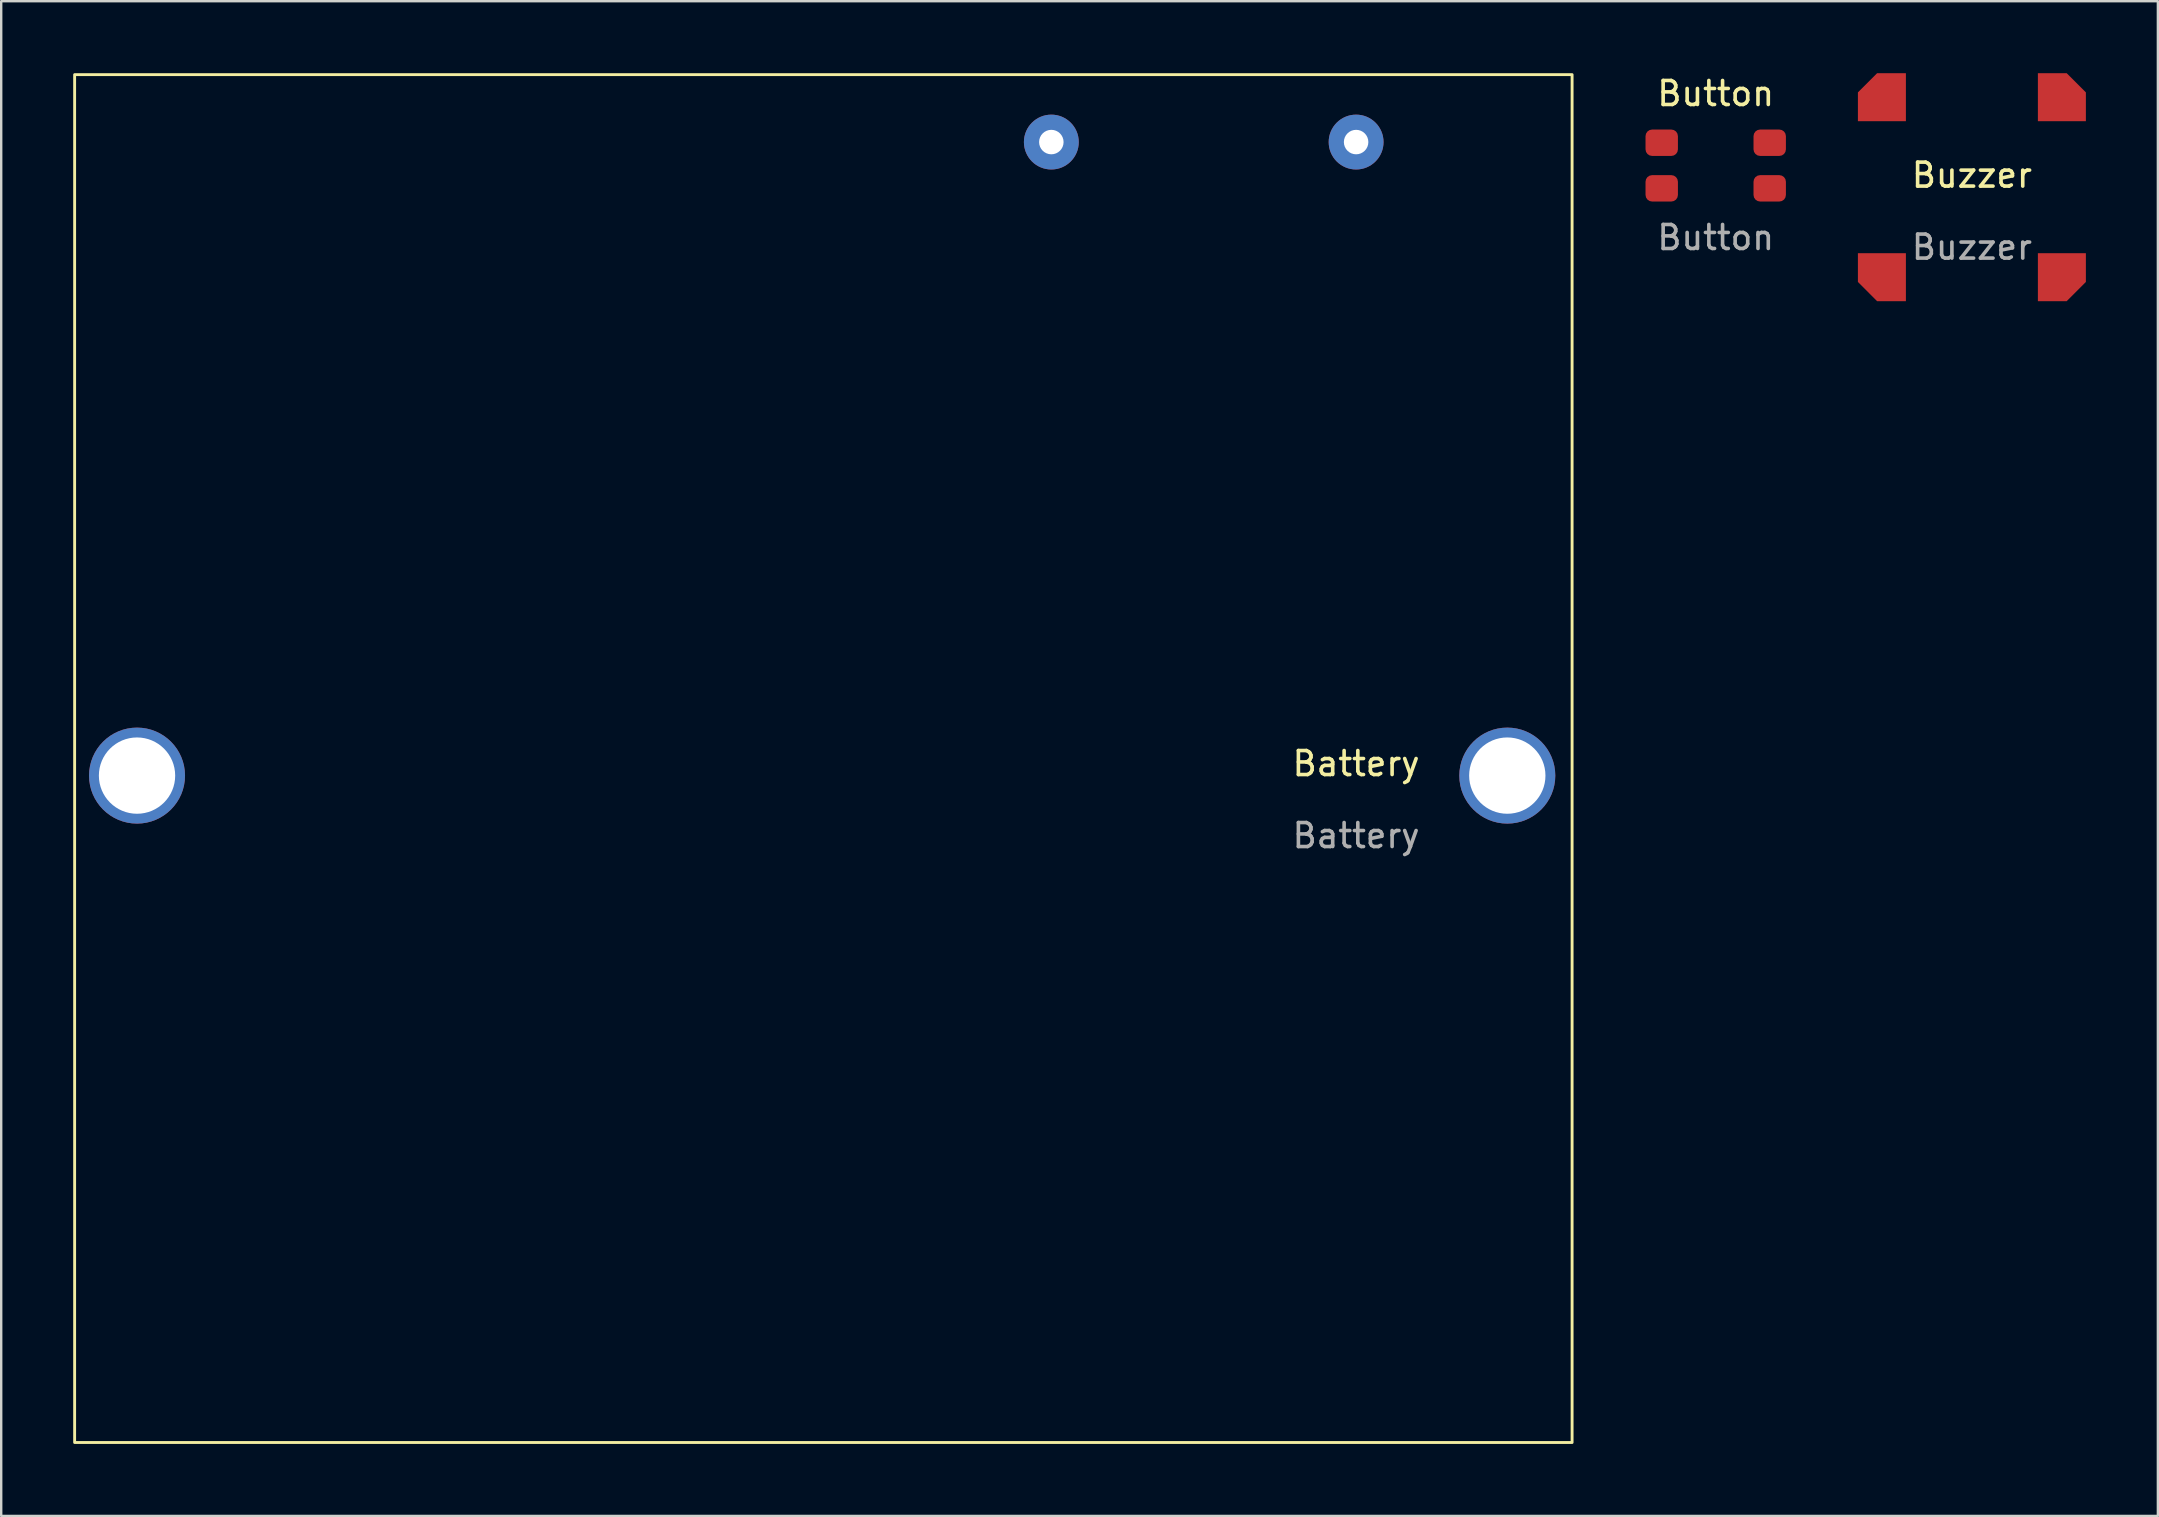
<source format=kicad_pcb>
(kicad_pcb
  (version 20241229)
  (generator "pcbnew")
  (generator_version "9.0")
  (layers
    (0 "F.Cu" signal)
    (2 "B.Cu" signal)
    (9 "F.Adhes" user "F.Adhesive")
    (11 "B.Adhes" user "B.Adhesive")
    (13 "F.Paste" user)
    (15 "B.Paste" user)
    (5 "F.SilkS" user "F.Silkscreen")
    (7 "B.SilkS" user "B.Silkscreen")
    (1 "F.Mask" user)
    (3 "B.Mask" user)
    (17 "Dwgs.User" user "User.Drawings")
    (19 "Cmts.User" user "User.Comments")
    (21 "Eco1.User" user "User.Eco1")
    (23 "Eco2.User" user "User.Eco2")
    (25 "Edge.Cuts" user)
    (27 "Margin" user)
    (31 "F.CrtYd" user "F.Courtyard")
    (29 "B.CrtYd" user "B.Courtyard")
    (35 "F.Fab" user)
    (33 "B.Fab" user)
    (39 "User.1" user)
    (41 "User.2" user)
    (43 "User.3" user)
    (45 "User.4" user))
  (footprint "Button"
    (layer "F.Cu")
    (at 68.445 3.848)
    (property "Reference" "Button" (at 0 -3 0) (unlocked yes) (layer "F.SilkS") (effects (font (size 1 1) (thickness 0.15))))
    (attr smd)
    (fp_text user "${REFERENCE}" (at 0 3 0) (unlocked yes) (layer "F.Fab") (effects (font (size 1 1) (thickness 0.15))))
    (pad "1" smd roundrect (at -2.25 -0.95) (size 1.35 1.1) (layers "F.Cu" "F.Mask" "F.Paste") (roundrect_rratio 0.25))
    (pad "2" smd roundrect (at 2.25 -0.95) (size 1.35 1.1) (layers "F.Cu" "F.Mask" "F.Paste") (roundrect_rratio 0.25))
    (pad "3" smd roundrect (at -2.25 0.95) (size 1.35 1.1) (layers "F.Cu" "F.Mask" "F.Paste") (roundrect_rratio 0.25))
    (pad "4" smd roundrect (at 2.25 0.95) (size 1.35 1.1) (layers "F.Cu" "F.Mask" "F.Paste") (roundrect_rratio 0.25)))
  (footprint "Buzzer"
    (layer "F.Cu")
    (at 79.12 4.75)
    (property "Reference" "Buzzer" (at 0 -0.5 0) (unlocked yes) (layer "F.SilkS") (effects (font (size 1 1) (thickness 0.15))))
    (attr smd)
    (fp_text user "${REFERENCE}" (at 0 2.5 0) (unlocked yes) (layer "F.Fab") (effects (font (size 1 1) (thickness 0.15))))
    (pad "" smd roundrect (at 3.75 -3.75 270) (size 2 2) (layers "F.Cu" "F.Mask" "F.Paste") (roundrect_rratio 0) (chamfer_ratio 0.4) (chamfer top_left))
    (pad "" smd roundrect (at 3.75 3.75 180) (size 2 2) (layers "F.Cu" "F.Mask" "F.Paste") (roundrect_rratio 0) (chamfer_ratio 0.4) (chamfer top_left))
    (pad "1" smd roundrect (at -3.75 -3.75) (size 2 2) (layers "F.Cu" "F.Mask" "F.Paste") (roundrect_rratio 0) (chamfer_ratio 0.4) (chamfer top_left))
    (pad "2" smd roundrect (at -3.75 3.75 90) (size 2 2) (layers "F.Cu" "F.Mask" "F.Paste") (roundrect_rratio 0) (chamfer_ratio 0.4) (chamfer top_left)))
  (footprint "Battery"
    (layer "F.Cu")
    (at 53.46 29.27)
    (property "Reference" "Battery" (at 0 -0.5 0) (unlocked yes) (layer "F.SilkS") (effects (font (size 1 1) (thickness 0.15))))
    (attr smd)
    (fp_rect (start -53.4 27.79) (end 9 -29.21) (stroke (width 0.12) (type solid)) (fill no) (layer "F.SilkS"))
    (fp_text user "${REFERENCE}" (at 0 2.5 0) (unlocked yes) (layer "F.Fab") (effects (font (size 1 1) (thickness 0.15))))
    (pad "1" thru_hole circle (at -12.7 -26.4) (size 2.286 2.286) (drill 1.02) (layers "*.Cu" "*.Mask"))
    (pad "2" thru_hole circle (at 0 -26.4) (size 2.286 2.286) (drill 1.02) (layers "*.Cu" "*.Mask"))
    (pad "3" thru_hole circle (at -50.8 0) (size 4 4) (drill 3.18) (layers "*.Cu" "*.Mask"))
    (pad "3" thru_hole circle (at 6.3 0) (size 4 4) (drill 3.18) (layers "*.Cu" "*.Mask")))
  (gr_rect
    (start -3 -3)
    (end 86.87 60.12)
    (stroke (width 0.1) (type default))
    (fill no)
    (layer "Edge.Cuts")))
</source>
